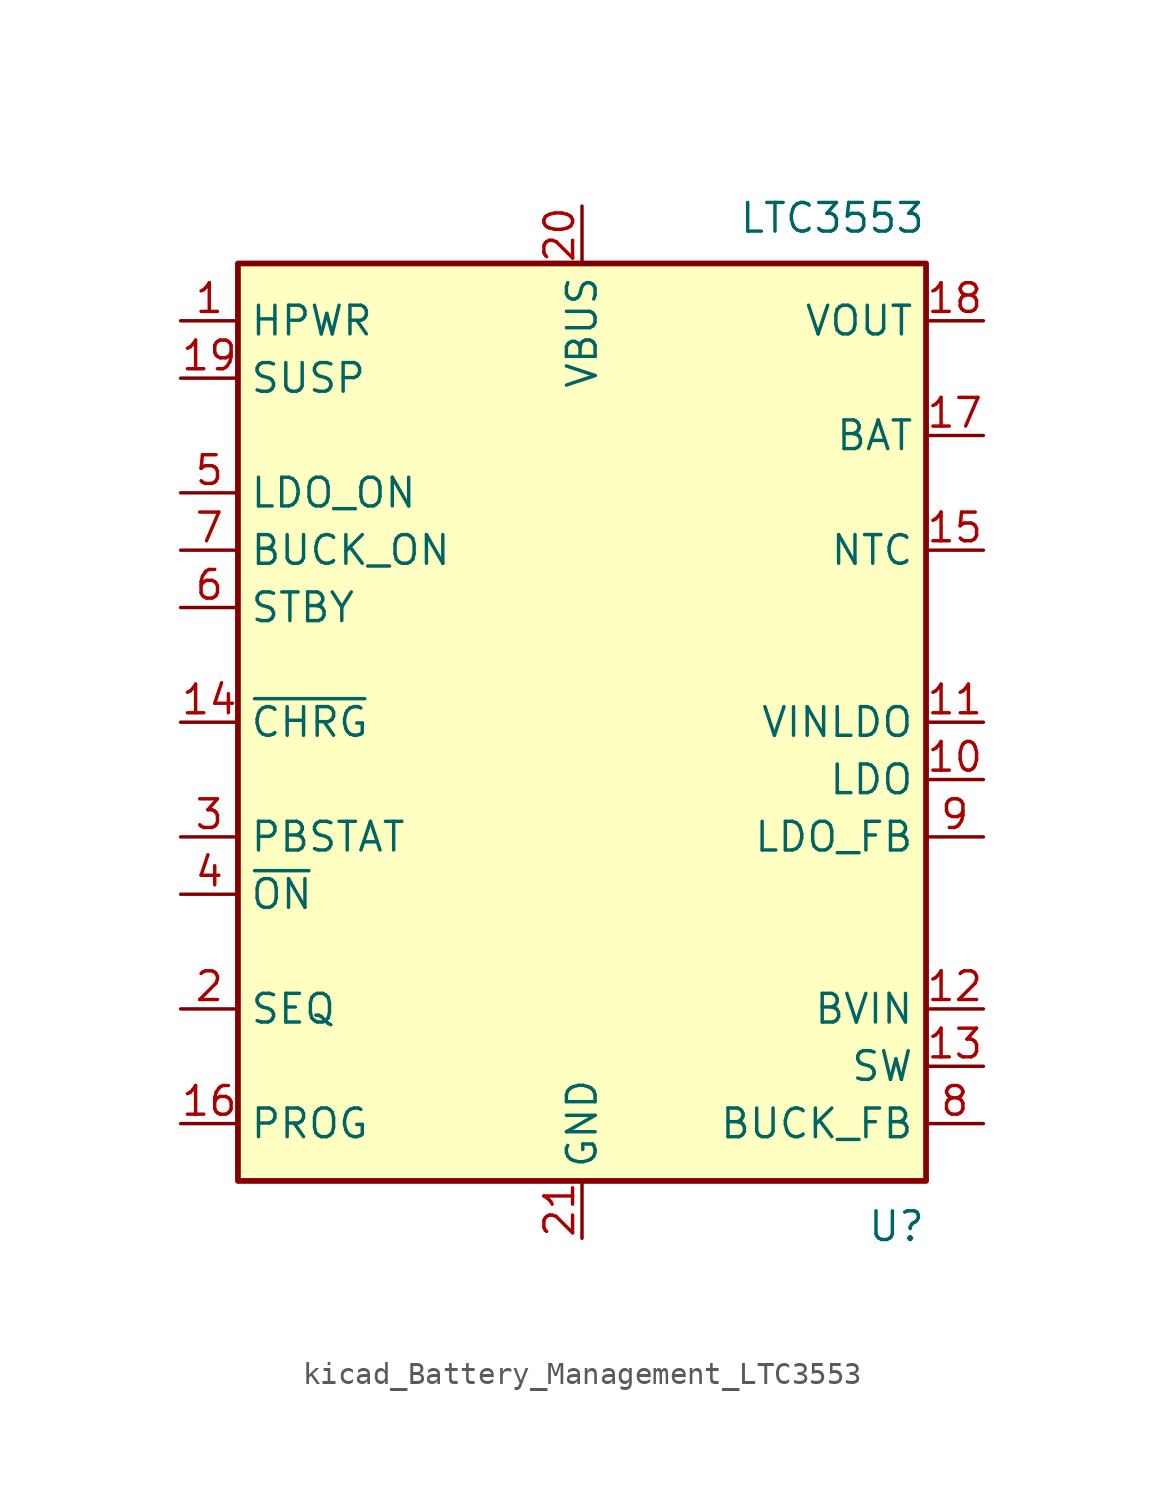
<source format=kicad_sym>
(kicad_symbol_lib
  (version 20220914)
  (generator kicad_symbol_editor)
  (symbol "kicad_Battery_Management_LTC3553"
    (property "Reference" "U"
      (at 15.24 -21.59 0)
      (effects (font (size 1.27 1.27)) (justify right top)))
    (property "Value" "LTC3553"
      (at 15.24 21.59 0)
      (effects (font (size 1.27 1.27)) (justify right bottom)))
    (symbol "kicad_Battery_Management_LTC3553_0_1"
      (rectangle (start -15.24 20.32) (end 15.24 -20.32) (stroke (width 0.254) (type default)) (fill (type background))))
    (symbol "kicad_Battery_Management_LTC3553_1_1"
      (pin input line (at -17.78 17.78 0) (length 2.54) (name "HPWR" (effects (font (size 1.27 1.27)))) (number "1" (effects (font (size 1.27 1.27)))))
      (pin power_out line (at 17.78 -2.54 180) (length 2.54) (name "LDO" (effects (font (size 1.27 1.27)))) (number "10" (effects (font (size 1.27 1.27)))))
      (pin power_in line (at 17.78 0 180) (length 2.54) (name "VINLDO" (effects (font (size 1.27 1.27)))) (number "11" (effects (font (size 1.27 1.27)))))
      (pin power_in line (at 17.78 -12.7 180) (length 2.54) (name "BVIN" (effects (font (size 1.27 1.27)))) (number "12" (effects (font (size 1.27 1.27)))))
      (pin power_out line (at 17.78 -15.24 180) (length 2.54) (name "SW" (effects (font (size 1.27 1.27)))) (number "13" (effects (font (size 1.27 1.27)))))
      (pin open_collector line (at -17.78 0 0) (length 2.54) (name "~{CHRG}" (effects (font (size 1.27 1.27)))) (number "14" (effects (font (size 1.27 1.27)))))
      (pin passive line (at 17.78 7.62 180) (length 2.54) (name "NTC" (effects (font (size 1.27 1.27)))) (number "15" (effects (font (size 1.27 1.27)))))
      (pin passive line (at -17.78 -17.78 0) (length 2.54) (name "PROG" (effects (font (size 1.27 1.27)))) (number "16" (effects (font (size 1.27 1.27)))))
      (pin power_out line (at 17.78 12.7 180) (length 2.54) (name "BAT" (effects (font (size 1.27 1.27)))) (number "17" (effects (font (size 1.27 1.27)))))
      (pin power_out line (at 17.78 17.78 180) (length 2.54) (name "VOUT" (effects (font (size 1.27 1.27)))) (number "18" (effects (font (size 1.27 1.27)))))
      (pin input line (at -17.78 15.24 0) (length 2.54) (name "SUSP" (effects (font (size 1.27 1.27)))) (number "19" (effects (font (size 1.27 1.27)))))
      (pin input line (at -17.78 -12.7 0) (length 2.54) (name "SEQ" (effects (font (size 1.27 1.27)))) (number "2" (effects (font (size 1.27 1.27)))))
      (pin power_in line (at 0 22.86 270) (length 2.54) (name "VBUS" (effects (font (size 1.27 1.27)))) (number "20" (effects (font (size 1.27 1.27)))))
      (pin power_in line (at 0 -22.86 90) (length 2.54) (name "GND" (effects (font (size 1.27 1.27)))) (number "21" (effects (font (size 1.27 1.27)))))
      (pin output line (at -17.78 -5.08 0) (length 2.54) (name "PBSTAT" (effects (font (size 1.27 1.27)))) (number "3" (effects (font (size 1.27 1.27)))))
      (pin input line (at -17.78 -7.62 0) (length 2.54) (name "~{ON}" (effects (font (size 1.27 1.27)))) (number "4" (effects (font (size 1.27 1.27)))))
      (pin input line (at -17.78 10.16 0) (length 2.54) (name "LDO_ON" (effects (font (size 1.27 1.27)))) (number "5" (effects (font (size 1.27 1.27)))))
      (pin input line (at -17.78 5.08 0) (length 2.54) (name "STBY" (effects (font (size 1.27 1.27)))) (number "6" (effects (font (size 1.27 1.27)))))
      (pin input line (at -17.78 7.62 0) (length 2.54) (name "BUCK_ON" (effects (font (size 1.27 1.27)))) (number "7" (effects (font (size 1.27 1.27)))))
      (pin input line (at 17.78 -17.78 180) (length 2.54) (name "BUCK_FB" (effects (font (size 1.27 1.27)))) (number "8" (effects (font (size 1.27 1.27)))))
      (pin input line (at 17.78 -5.08 180) (length 2.54) (name "LDO_FB" (effects (font (size 1.27 1.27)))) (number "9" (effects (font (size 1.27 1.27))))))))
</source>
